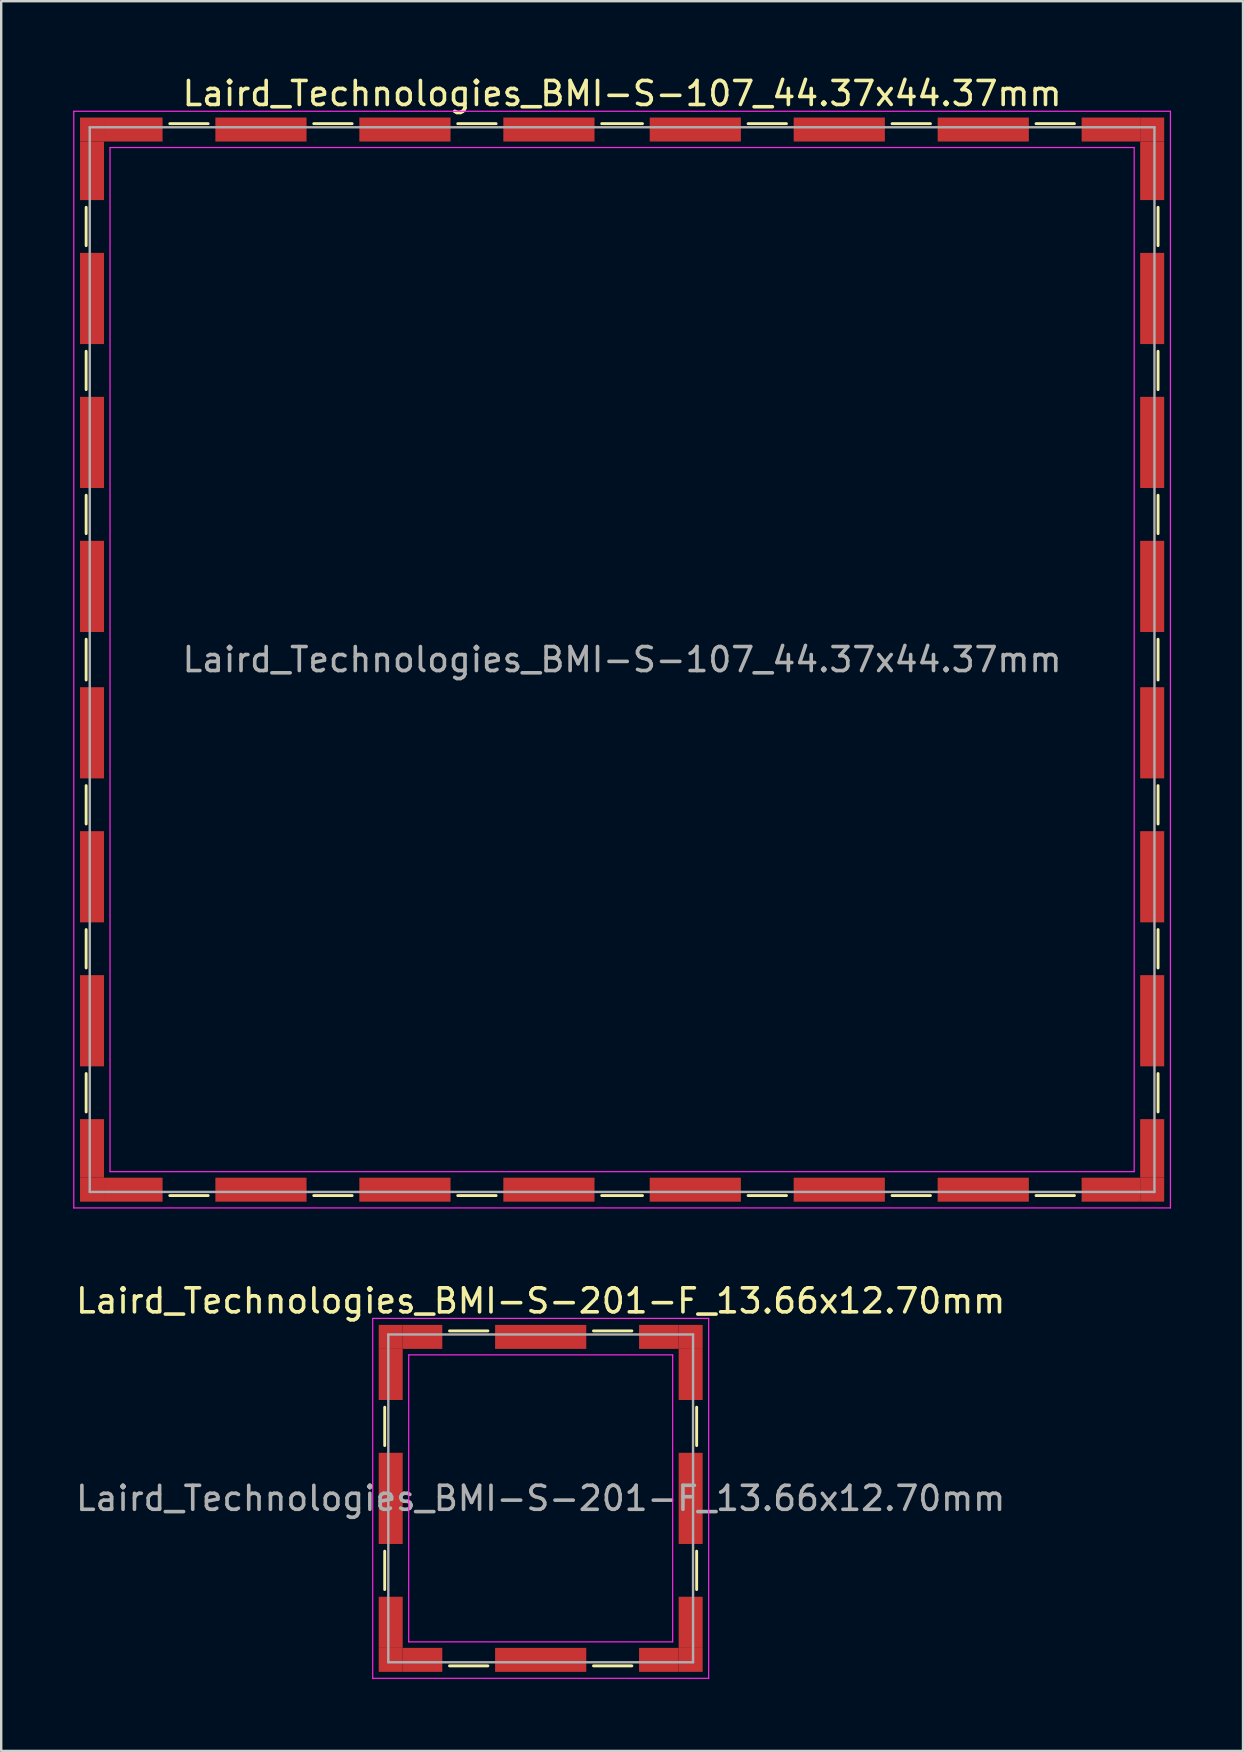
<source format=kicad_pcb>
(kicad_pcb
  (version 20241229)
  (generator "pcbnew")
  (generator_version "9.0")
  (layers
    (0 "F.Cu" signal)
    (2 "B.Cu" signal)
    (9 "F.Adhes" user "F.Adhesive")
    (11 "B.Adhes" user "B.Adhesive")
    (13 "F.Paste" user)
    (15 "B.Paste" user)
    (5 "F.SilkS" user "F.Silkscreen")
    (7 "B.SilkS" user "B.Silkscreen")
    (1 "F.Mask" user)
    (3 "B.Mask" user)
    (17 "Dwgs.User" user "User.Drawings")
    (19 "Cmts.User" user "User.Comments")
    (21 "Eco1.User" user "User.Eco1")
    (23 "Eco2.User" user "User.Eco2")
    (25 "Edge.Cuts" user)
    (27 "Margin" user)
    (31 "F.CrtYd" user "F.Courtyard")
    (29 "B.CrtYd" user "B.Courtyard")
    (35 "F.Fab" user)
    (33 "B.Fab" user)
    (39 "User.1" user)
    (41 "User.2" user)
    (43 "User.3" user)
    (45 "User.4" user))
  (footprint "Laird_Technologies_BMI-S-107_44.37x44.37mm"
    (layer "F.Cu")
    (at 22.875 24.438)
    (property "Reference" "Laird_Technologies_BMI-S-107_44.37x44.37mm" (at 0 -23.59 0) (layer "F.SilkS") (effects (font (size 1 1) (thickness 0.15))))
    (attr smd)
    (fp_line (start -22.335 -18.85) (end -22.335 -17.25) (stroke (width 0.12) (type solid)) (layer "F.SilkS"))
    (fp_line (start -22.335 -12.85) (end -22.335 -11.25) (stroke (width 0.12) (type solid)) (layer "F.SilkS"))
    (fp_line (start -22.335 -6.85) (end -22.335 -5.25) (stroke (width 0.12) (type solid)) (layer "F.SilkS"))
    (fp_line (start -22.335 -0.85) (end -22.335 0.85) (stroke (width 0.12) (type solid)) (layer "F.SilkS"))
    (fp_line (start -22.335 5.25) (end -22.335 6.85) (stroke (width 0.12) (type solid)) (layer "F.SilkS"))
    (fp_line (start -22.335 11.25) (end -22.335 12.85) (stroke (width 0.12) (type solid)) (layer "F.SilkS"))
    (fp_line (start -22.335 17.25) (end -22.335 18.85) (stroke (width 0.12) (type solid)) (layer "F.SilkS"))
    (fp_line (start -18.85 -22.335) (end -17.25 -22.335) (stroke (width 0.12) (type solid)) (layer "F.SilkS"))
    (fp_line (start -18.85 22.335) (end -17.25 22.335) (stroke (width 0.12) (type solid)) (layer "F.SilkS"))
    (fp_line (start -12.85 -22.335) (end -11.25 -22.335) (stroke (width 0.12) (type solid)) (layer "F.SilkS"))
    (fp_line (start -12.85 22.335) (end -11.25 22.335) (stroke (width 0.12) (type solid)) (layer "F.SilkS"))
    (fp_line (start -6.85 -22.335) (end -5.25 -22.335) (stroke (width 0.12) (type solid)) (layer "F.SilkS"))
    (fp_line (start -6.85 22.335) (end -5.25 22.335) (stroke (width 0.12) (type solid)) (layer "F.SilkS"))
    (fp_line (start -0.85 -22.335) (end 0.85 -22.335) (stroke (width 0.12) (type solid)) (layer "F.SilkS"))
    (fp_line (start -0.85 22.335) (end 0.85 22.335) (stroke (width 0.12) (type solid)) (layer "F.SilkS"))
    (fp_line (start 5.25 -22.335) (end 6.85 -22.335) (stroke (width 0.12) (type solid)) (layer "F.SilkS"))
    (fp_line (start 5.25 22.335) (end 6.85 22.335) (stroke (width 0.12) (type solid)) (layer "F.SilkS"))
    (fp_line (start 11.25 -22.335) (end 12.85 -22.335) (stroke (width 0.12) (type solid)) (layer "F.SilkS"))
    (fp_line (start 11.25 22.335) (end 12.85 22.335) (stroke (width 0.12) (type solid)) (layer "F.SilkS"))
    (fp_line (start 17.25 -22.335) (end 18.85 -22.335) (stroke (width 0.12) (type solid)) (layer "F.SilkS"))
    (fp_line (start 17.25 22.335) (end 18.85 22.335) (stroke (width 0.12) (type solid)) (layer "F.SilkS"))
    (fp_line (start 22.335 -18.85) (end 22.335 -17.25) (stroke (width 0.12) (type solid)) (layer "F.SilkS"))
    (fp_line (start 22.335 -12.85) (end 22.335 -11.25) (stroke (width 0.12) (type solid)) (layer "F.SilkS"))
    (fp_line (start 22.335 -6.85) (end 22.335 -5.25) (stroke (width 0.12) (type solid)) (layer "F.SilkS"))
    (fp_line (start 22.335 -0.85) (end 22.335 0.85) (stroke (width 0.12) (type solid)) (layer "F.SilkS"))
    (fp_line (start 22.335 5.25) (end 22.335 6.85) (stroke (width 0.12) (type solid)) (layer "F.SilkS"))
    (fp_line (start 22.335 11.25) (end 22.335 12.85) (stroke (width 0.12) (type solid)) (layer "F.SilkS"))
    (fp_line (start 22.335 17.25) (end 22.335 18.85) (stroke (width 0.12) (type solid)) (layer "F.SilkS"))
    (fp_line (start -22.85 -22.85) (end -22.85 22.85) (stroke (width 0.05) (type solid)) (layer "F.CrtYd"))
    (fp_line (start -22.85 22.85) (end 22.85 22.85) (stroke (width 0.05) (type solid)) (layer "F.CrtYd"))
    (fp_line (start -21.34 -21.34) (end -21.34 21.34) (stroke (width 0.05) (type solid)) (layer "F.CrtYd"))
    (fp_line (start 21.34 -21.34) (end -21.34 -21.34) (stroke (width 0.05) (type solid)) (layer "F.CrtYd"))
    (fp_line (start 21.34 -21.34) (end 21.34 21.34) (stroke (width 0.05) (type solid)) (layer "F.CrtYd"))
    (fp_line (start 21.34 21.34) (end -21.34 21.34) (stroke (width 0.05) (type solid)) (layer "F.CrtYd"))
    (fp_line (start 22.85 -22.85) (end -22.85 -22.85) (stroke (width 0.05) (type solid)) (layer "F.CrtYd"))
    (fp_line (start 22.85 22.85) (end 22.85 -22.85) (stroke (width 0.05) (type solid)) (layer "F.CrtYd"))
    (fp_line (start -22.185 -22.185) (end -22.185 22.185) (stroke (width 0.1) (type solid)) (layer "F.Fab"))
    (fp_line (start -22.185 22.185) (end 22.185 22.185) (stroke (width 0.1) (type solid)) (layer "F.Fab"))
    (fp_line (start 22.185 -22.185) (end -22.185 -22.185) (stroke (width 0.1) (type solid)) (layer "F.Fab"))
    (fp_line (start 22.185 22.185) (end 22.185 -22.185) (stroke (width 0.1) (type solid)) (layer "F.Fab"))
    (fp_text user "${REFERENCE}" (at 0 0 0) (layer "F.Fab") (effects (font (size 1 1) (thickness 0.15))))
    (pad "1" smd rect (at -22.09 -22.09) (size 1 1) (layers "F.Cu" "F.Mask" "F.Paste"))
    (pad "1" smd rect (at -22.09 -20.37) (size 1 2.44) (layers "F.Cu" "F.Mask" "F.Paste"))
    (pad "1" smd rect (at -22.09 -15.05) (size 1 3.8) (layers "F.Cu" "F.Mask" "F.Paste"))
    (pad "1" smd rect (at -22.09 -9.05) (size 1 3.8) (layers "F.Cu" "F.Mask" "F.Paste"))
    (pad "1" smd rect (at -22.09 -3.05) (size 1 3.8) (layers "F.Cu" "F.Mask" "F.Paste"))
    (pad "1" smd rect (at -22.09 3.05) (size 1 3.8) (layers "F.Cu" "F.Mask" "F.Paste"))
    (pad "1" smd rect (at -22.09 9.05) (size 1 3.8) (layers "F.Cu" "F.Mask" "F.Paste"))
    (pad "1" smd rect (at -22.09 15.05) (size 1 3.8) (layers "F.Cu" "F.Mask" "F.Paste"))
    (pad "1" smd rect (at -22.09 20.37) (size 1 2.44) (layers "F.Cu" "F.Mask" "F.Paste"))
    (pad "1" smd rect (at -22.09 22.09) (size 1 1) (layers "F.Cu" "F.Mask" "F.Paste"))
    (pad "1" smd rect (at -20.37 -22.09) (size 2.44 1) (layers "F.Cu" "F.Mask" "F.Paste"))
    (pad "1" smd rect (at -20.37 22.09) (size 2.44 1) (layers "F.Cu" "F.Mask" "F.Paste"))
    (pad "1" smd rect (at -15.05 -22.09) (size 3.8 1) (layers "F.Cu" "F.Mask" "F.Paste"))
    (pad "1" smd rect (at -15.05 22.09) (size 3.8 1) (layers "F.Cu" "F.Mask" "F.Paste"))
    (pad "1" smd rect (at -9.05 -22.09) (size 3.8 1) (layers "F.Cu" "F.Mask" "F.Paste"))
    (pad "1" smd rect (at -9.05 22.09) (size 3.8 1) (layers "F.Cu" "F.Mask" "F.Paste"))
    (pad "1" smd rect (at -3.05 -22.09) (size 3.8 1) (layers "F.Cu" "F.Mask" "F.Paste"))
    (pad "1" smd rect (at -3.05 22.09) (size 3.8 1) (layers "F.Cu" "F.Mask" "F.Paste"))
    (pad "1" smd rect (at 3.05 -22.09) (size 3.8 1) (layers "F.Cu" "F.Mask" "F.Paste"))
    (pad "1" smd rect (at 3.05 22.09) (size 3.8 1) (layers "F.Cu" "F.Mask" "F.Paste"))
    (pad "1" smd rect (at 9.05 -22.09) (size 3.8 1) (layers "F.Cu" "F.Mask" "F.Paste"))
    (pad "1" smd rect (at 9.05 22.09) (size 3.8 1) (layers "F.Cu" "F.Mask" "F.Paste"))
    (pad "1" smd rect (at 15.05 -22.09) (size 3.8 1) (layers "F.Cu" "F.Mask" "F.Paste"))
    (pad "1" smd rect (at 15.05 22.09) (size 3.8 1) (layers "F.Cu" "F.Mask" "F.Paste"))
    (pad "1" smd rect (at 20.37 -22.09) (size 2.44 1) (layers "F.Cu" "F.Mask" "F.Paste"))
    (pad "1" smd rect (at 20.37 22.09) (size 2.44 1) (layers "F.Cu" "F.Mask" "F.Paste"))
    (pad "1" smd rect (at 22.09 -22.09) (size 1 1) (layers "F.Cu" "F.Mask" "F.Paste"))
    (pad "1" smd rect (at 22.09 -20.37) (size 1 2.44) (layers "F.Cu" "F.Mask" "F.Paste"))
    (pad "1" smd rect (at 22.09 -15.05) (size 1 3.8) (layers "F.Cu" "F.Mask" "F.Paste"))
    (pad "1" smd rect (at 22.09 -9.05) (size 1 3.8) (layers "F.Cu" "F.Mask" "F.Paste"))
    (pad "1" smd rect (at 22.09 -3.05) (size 1 3.8) (layers "F.Cu" "F.Mask" "F.Paste"))
    (pad "1" smd rect (at 22.09 3.05) (size 1 3.8) (layers "F.Cu" "F.Mask" "F.Paste"))
    (pad "1" smd rect (at 22.09 9.05) (size 1 3.8) (layers "F.Cu" "F.Mask" "F.Paste"))
    (pad "1" smd rect (at 22.09 15.05) (size 1 3.8) (layers "F.Cu" "F.Mask" "F.Paste"))
    (pad "1" smd rect (at 22.09 20.37) (size 1 2.44) (layers "F.Cu" "F.Mask" "F.Paste"))
    (pad "1" smd rect (at 22.09 22.09) (size 1 1) (layers "F.Cu" "F.Mask" "F.Paste")))
  (footprint "Laird_Technologies_BMI-S-201-F_13.66x12.70mm"
    (layer "F.Cu")
    (at 19.482 59.392)
    (property "Reference" "Laird_Technologies_BMI-S-201-F_13.66x12.70mm" (at 0 -8.23 0) (layer "F.SilkS") (effects (font (size 1 1) (thickness 0.15))))
    (attr smd)
    (fp_line (start -6.5 -3.8) (end -6.5 -2.2) (stroke (width 0.12) (type solid)) (layer "F.SilkS"))
    (fp_line (start -6.5 2.2) (end -6.5 3.8) (stroke (width 0.12) (type solid)) (layer "F.SilkS"))
    (fp_line (start -3.8 -6.98) (end -2.2 -6.98) (stroke (width 0.12) (type solid)) (layer "F.SilkS"))
    (fp_line (start -3.8 6.98) (end -2.2 6.98) (stroke (width 0.12) (type solid)) (layer "F.SilkS"))
    (fp_line (start 2.2 -6.98) (end 3.8 -6.98) (stroke (width 0.12) (type solid)) (layer "F.SilkS"))
    (fp_line (start 2.2 6.98) (end 3.8 6.98) (stroke (width 0.12) (type solid)) (layer "F.SilkS"))
    (fp_line (start 6.5 -3.8) (end 6.5 -2.2) (stroke (width 0.12) (type solid)) (layer "F.SilkS"))
    (fp_line (start 6.5 2.2) (end 6.5 3.8) (stroke (width 0.12) (type solid)) (layer "F.SilkS"))
    (fp_line (start -7 -7.5) (end -7 7.5) (stroke (width 0.05) (type solid)) (layer "F.CrtYd"))
    (fp_line (start -7 7.5) (end 7 7.5) (stroke (width 0.05) (type solid)) (layer "F.CrtYd"))
    (fp_line (start -5.5 -5.98) (end -5.5 5.98) (stroke (width 0.05) (type solid)) (layer "F.CrtYd"))
    (fp_line (start 5.5 -5.98) (end -5.5 -5.98) (stroke (width 0.05) (type solid)) (layer "F.CrtYd"))
    (fp_line (start 5.5 -5.98) (end 5.5 5.98) (stroke (width 0.05) (type solid)) (layer "F.CrtYd"))
    (fp_line (start 5.5 5.98) (end -5.5 5.98) (stroke (width 0.05) (type solid)) (layer "F.CrtYd"))
    (fp_line (start 7 -7.5) (end -7 -7.5) (stroke (width 0.05) (type solid)) (layer "F.CrtYd"))
    (fp_line (start 7 7.5) (end 7 -7.5) (stroke (width 0.05) (type solid)) (layer "F.CrtYd"))
    (fp_line (start -6.35 -6.83) (end -6.35 6.83) (stroke (width 0.1) (type solid)) (layer "F.Fab"))
    (fp_line (start -6.35 6.83) (end 6.35 6.83) (stroke (width 0.1) (type solid)) (layer "F.Fab"))
    (fp_line (start 6.35 -6.83) (end -6.35 -6.83) (stroke (width 0.1) (type solid)) (layer "F.Fab"))
    (fp_line (start 6.35 6.83) (end 6.35 -6.83) (stroke (width 0.1) (type solid)) (layer "F.Fab"))
    (fp_text user "${REFERENCE}" (at 0 0 0) (layer "F.Fab") (effects (font (size 1 1) (thickness 0.15))))
    (pad "1" smd rect (at -6.25 -6.73) (size 1 1) (layers "F.Cu" "F.Mask" "F.Paste"))
    (pad "1" smd rect (at -6.25 -5.165) (size 1 2.13) (layers "F.Cu" "F.Mask" "F.Paste"))
    (pad "1" smd rect (at -6.25 0) (size 1 3.8) (layers "F.Cu" "F.Mask" "F.Paste"))
    (pad "1" smd rect (at -6.25 5.165) (size 1 2.13) (layers "F.Cu" "F.Mask" "F.Paste"))
    (pad "1" smd rect (at -6.25 6.73) (size 1 1) (layers "F.Cu" "F.Mask" "F.Paste"))
    (pad "1" smd rect (at -4.925 -6.73) (size 1.65 1) (layers "F.Cu" "F.Mask" "F.Paste"))
    (pad "1" smd rect (at -4.925 6.73) (size 1.65 1) (layers "F.Cu" "F.Mask" "F.Paste"))
    (pad "1" smd rect (at 0 -6.73) (size 3.8 1) (layers "F.Cu" "F.Mask" "F.Paste"))
    (pad "1" smd rect (at 0 6.73) (size 3.8 1) (layers "F.Cu" "F.Mask" "F.Paste"))
    (pad "1" smd rect (at 4.925 -6.73) (size 1.65 1) (layers "F.Cu" "F.Mask" "F.Paste"))
    (pad "1" smd rect (at 4.925 6.73) (size 1.65 1) (layers "F.Cu" "F.Mask" "F.Paste"))
    (pad "1" smd rect (at 6.25 -6.73) (size 1 1) (layers "F.Cu" "F.Mask" "F.Paste"))
    (pad "1" smd rect (at 6.25 -5.165) (size 1 2.13) (layers "F.Cu" "F.Mask" "F.Paste"))
    (pad "1" smd rect (at 6.25 0) (size 1 3.8) (layers "F.Cu" "F.Mask" "F.Paste"))
    (pad "1" smd rect (at 6.25 5.165) (size 1 2.13) (layers "F.Cu" "F.Mask" "F.Paste"))
    (pad "1" smd rect (at 6.25 6.73) (size 1 1) (layers "F.Cu" "F.Mask" "F.Paste")))
  (gr_rect
    (start -3 -3)
    (end 48.75 69.916)
    (stroke (width 0.1) (type default))
    (fill no)
    (layer "Edge.Cuts")))
</source>
